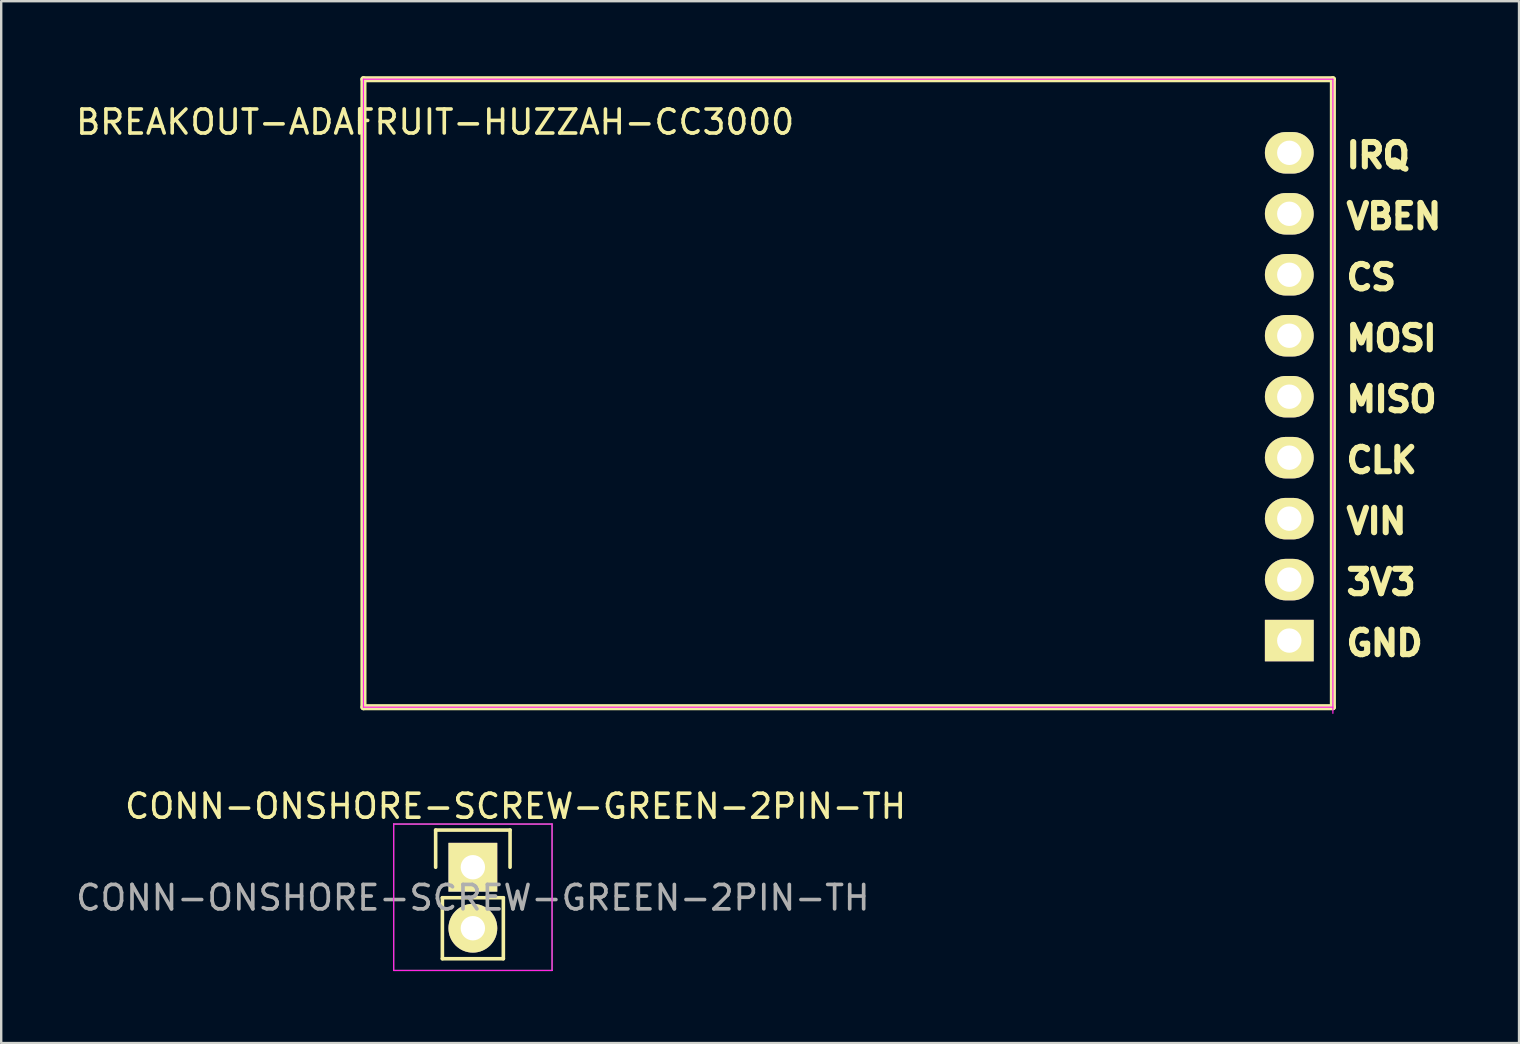
<source format=kicad_pcb>
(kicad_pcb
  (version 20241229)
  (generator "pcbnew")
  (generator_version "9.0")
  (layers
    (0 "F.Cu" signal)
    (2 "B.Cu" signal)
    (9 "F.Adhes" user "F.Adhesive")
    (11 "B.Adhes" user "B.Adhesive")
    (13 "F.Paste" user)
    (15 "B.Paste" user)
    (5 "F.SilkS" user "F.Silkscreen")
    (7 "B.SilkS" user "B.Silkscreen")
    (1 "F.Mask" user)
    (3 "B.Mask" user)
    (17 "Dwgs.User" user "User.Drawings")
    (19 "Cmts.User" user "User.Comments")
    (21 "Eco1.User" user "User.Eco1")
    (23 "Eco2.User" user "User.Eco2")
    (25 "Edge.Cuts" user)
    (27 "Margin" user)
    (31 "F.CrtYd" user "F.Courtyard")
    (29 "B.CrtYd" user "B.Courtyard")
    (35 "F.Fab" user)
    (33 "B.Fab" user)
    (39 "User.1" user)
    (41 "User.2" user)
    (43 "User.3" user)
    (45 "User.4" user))
  (footprint "BREAKOUT-ADAFRUIT-HUZZAH-CC3000"
    (layer "F.Cu")
    (at 52.477 0.25)
    (property "Reference" "BREAKOUT-ADAFRUIT-HUZZAH-CC3000" (at -37.4 1.785 0) (layer "F.SilkS") (effects (font (size 1 1) (thickness 0.15))))
    (attr through_hole)
    (fp_line (start -40.386 0) (end -40.386 26.162) (stroke (width 0.254) (type solid)) (layer "F.SilkS"))
    (fp_line (start 0 0) (end -40.386 0) (stroke (width 0.254) (type solid)) (layer "F.SilkS"))
    (fp_line (start 0 0) (end 0 26.162) (stroke (width 0.254) (type solid)) (layer "F.SilkS"))
    (fp_line (start 0 26.162) (end -40.386 26.162) (stroke (width 0.254) (type solid)) (layer "F.SilkS"))
    (fp_line (start -40.386 0) (end -40.386 26.162) (stroke (width 0.05) (type solid)) (layer "F.CrtYd"))
    (fp_line (start -40.386 0) (end 0 0) (stroke (width 0.05) (type solid)) (layer "F.CrtYd"))
    (fp_line (start -40.386 26.162) (end 0 26.162) (stroke (width 0.05) (type solid)) (layer "F.CrtYd"))
    (fp_line (start 0 0) (end 0 26.416) (stroke (width 0.05) (type solid)) (layer "F.CrtYd"))
    (fp_text user "CLK" (at 2.032 15.875 0) (layer "F.SilkS") (effects (font (size 1.016 1.016) (thickness 0.254))))
    (fp_text user "MISO" (at 2.443 13.335 0) (layer "F.SilkS") (effects (font (size 1.016 1.016) (thickness 0.254))))
    (fp_text user "MOSI" (at 2.443 10.795 0) (layer "F.SilkS") (effects (font (size 1.016 1.016) (thickness 0.254))))
    (fp_text user "GND" (at 2.153 23.495 0) (layer "F.SilkS") (effects (font (size 1.016 1.016) (thickness 0.254))))
    (fp_text user "VIN" (at 1.814 18.415 0) (layer "F.SilkS") (effects (font (size 1.016 1.016) (thickness 0.254))))
    (fp_text user "3V3" (at 2.008 20.955 0) (layer "F.SilkS") (effects (font (size 1.016 1.016) (thickness 0.254))))
    (fp_text user "VBEN" (at 2.54 5.715 0) (layer "F.SilkS") (effects (font (size 1.016 1.016) (thickness 0.254))))
    (fp_text user "IRQ" (at 1.887 3.175 0) (layer "F.SilkS") (effects (font (size 1.016 1.016) (thickness 0.254))))
    (fp_text user "CS" (at 1.597 8.255 0) (layer "F.SilkS") (effects (font (size 1.016 1.016) (thickness 0.254))))
    (pad "1" thru_hole rect (at -1.816 23.386 180) (size 2.032 1.727) (drill 1.016) (layers "*.Cu" "*.Mask" "F.SilkS"))
    (pad "2" thru_hole oval (at -1.816 20.846 180) (size 2.032 1.727) (drill 1.016) (layers "*.Cu" "*.Mask" "F.SilkS"))
    (pad "3" thru_hole oval (at -1.816 18.306 180) (size 2.032 1.727) (drill 1.016) (layers "*.Cu" "*.Mask" "F.SilkS"))
    (pad "4" thru_hole oval (at -1.816 15.766 180) (size 2.032 1.727) (drill 1.016) (layers "*.Cu" "*.Mask" "F.SilkS"))
    (pad "5" thru_hole oval (at -1.816 13.226 180) (size 2.032 1.727) (drill 1.016) (layers "*.Cu" "*.Mask" "F.SilkS"))
    (pad "6" thru_hole oval (at -1.816 10.686 180) (size 2.032 1.727) (drill 1.016) (layers "*.Cu" "*.Mask" "F.SilkS"))
    (pad "7" thru_hole oval (at -1.816 8.146 180) (size 2.032 1.727) (drill 1.016) (layers "*.Cu" "*.Mask" "F.SilkS"))
    (pad "8" thru_hole oval (at -1.816 5.606 180) (size 2.032 1.727) (drill 1.016) (layers "*.Cu" "*.Mask" "F.SilkS"))
    (pad "9" thru_hole oval (at -1.816 3.066 180) (size 2.032 1.727) (drill 1.016) (layers "*.Cu" "*.Mask" "F.SilkS")))
  (footprint "CONN-ONSHORE-SCREW-GREEN-2PIN-TH"
    (layer "F.Cu")
    (at 16.649 33.079)
    (property "Reference" "CONN-ONSHORE-SCREW-GREEN-2PIN-TH" (at 0 1.27 0) (layer "F.Fab") (effects (font (size 1.016 1.016) (thickness 0.152))))
    (attr through_hole)
    (fp_line (start -1.55 -1.55) (end 1.55 -1.55) (stroke (width 0.15) (type solid)) (layer "F.SilkS"))
    (fp_line (start -1.55 0) (end -1.55 -1.55) (stroke (width 0.15) (type solid)) (layer "F.SilkS"))
    (fp_line (start -1.27 1.27) (end -1.27 3.81) (stroke (width 0.15) (type solid)) (layer "F.SilkS"))
    (fp_line (start -1.27 3.81) (end 1.27 3.81) (stroke (width 0.15) (type solid)) (layer "F.SilkS"))
    (fp_line (start 1.27 1.27) (end -1.27 1.27) (stroke (width 0.15) (type solid)) (layer "F.SilkS"))
    (fp_line (start 1.27 1.27) (end 1.27 3.81) (stroke (width 0.15) (type solid)) (layer "F.SilkS"))
    (fp_line (start 1.55 -1.55) (end 1.55 0) (stroke (width 0.15) (type solid)) (layer "F.SilkS"))
    (fp_line (start -3.3 -1.8) (end -3.3 4.3) (stroke (width 0.05) (type solid)) (layer "F.CrtYd"))
    (fp_line (start -3.3 -1.8) (end 3.3 -1.8) (stroke (width 0.05) (type solid)) (layer "F.CrtYd"))
    (fp_line (start -3.3 4.3) (end 3.3 4.3) (stroke (width 0.05) (type solid)) (layer "F.CrtYd"))
    (fp_line (start 3.3 -1.8) (end 3.3 4.3) (stroke (width 0.05) (type solid)) (layer "F.CrtYd"))
    (fp_line (start -3.3 -1.8) (end -3.3 4.3) (stroke (width 0.05) (type solid)) (layer "F.Fab"))
    (fp_line (start -3.3 -1.8) (end 3.3 -1.8) (stroke (width 0.05) (type solid)) (layer "F.Fab"))
    (fp_line (start -3.3 4.3) (end 3.3 4.3) (stroke (width 0.05) (type solid)) (layer "F.Fab"))
    (fp_line (start 3.3 -1.8) (end 3.3 4.3) (stroke (width 0.05) (type solid)) (layer "F.Fab"))
    (fp_text user "${REFERENCE}" (at 1.778 -2.54 0) (layer "F.SilkS") (effects (font (size 1 1) (thickness 0.15))))
    (pad "1" thru_hole rect (at 0 0) (size 2.032 2.032) (drill 1.016) (layers "*.Cu" "*.Mask" "F.SilkS"))
    (pad "2" thru_hole oval (at 0 2.54) (size 2.032 2.032) (drill 1.016) (layers "*.Cu" "*.Mask" "F.SilkS")))
  (gr_rect
    (start -3 -3)
    (end 60.232 40.404)
    (stroke (width 0.1) (type default))
    (fill no)
    (layer "Edge.Cuts")))
</source>
